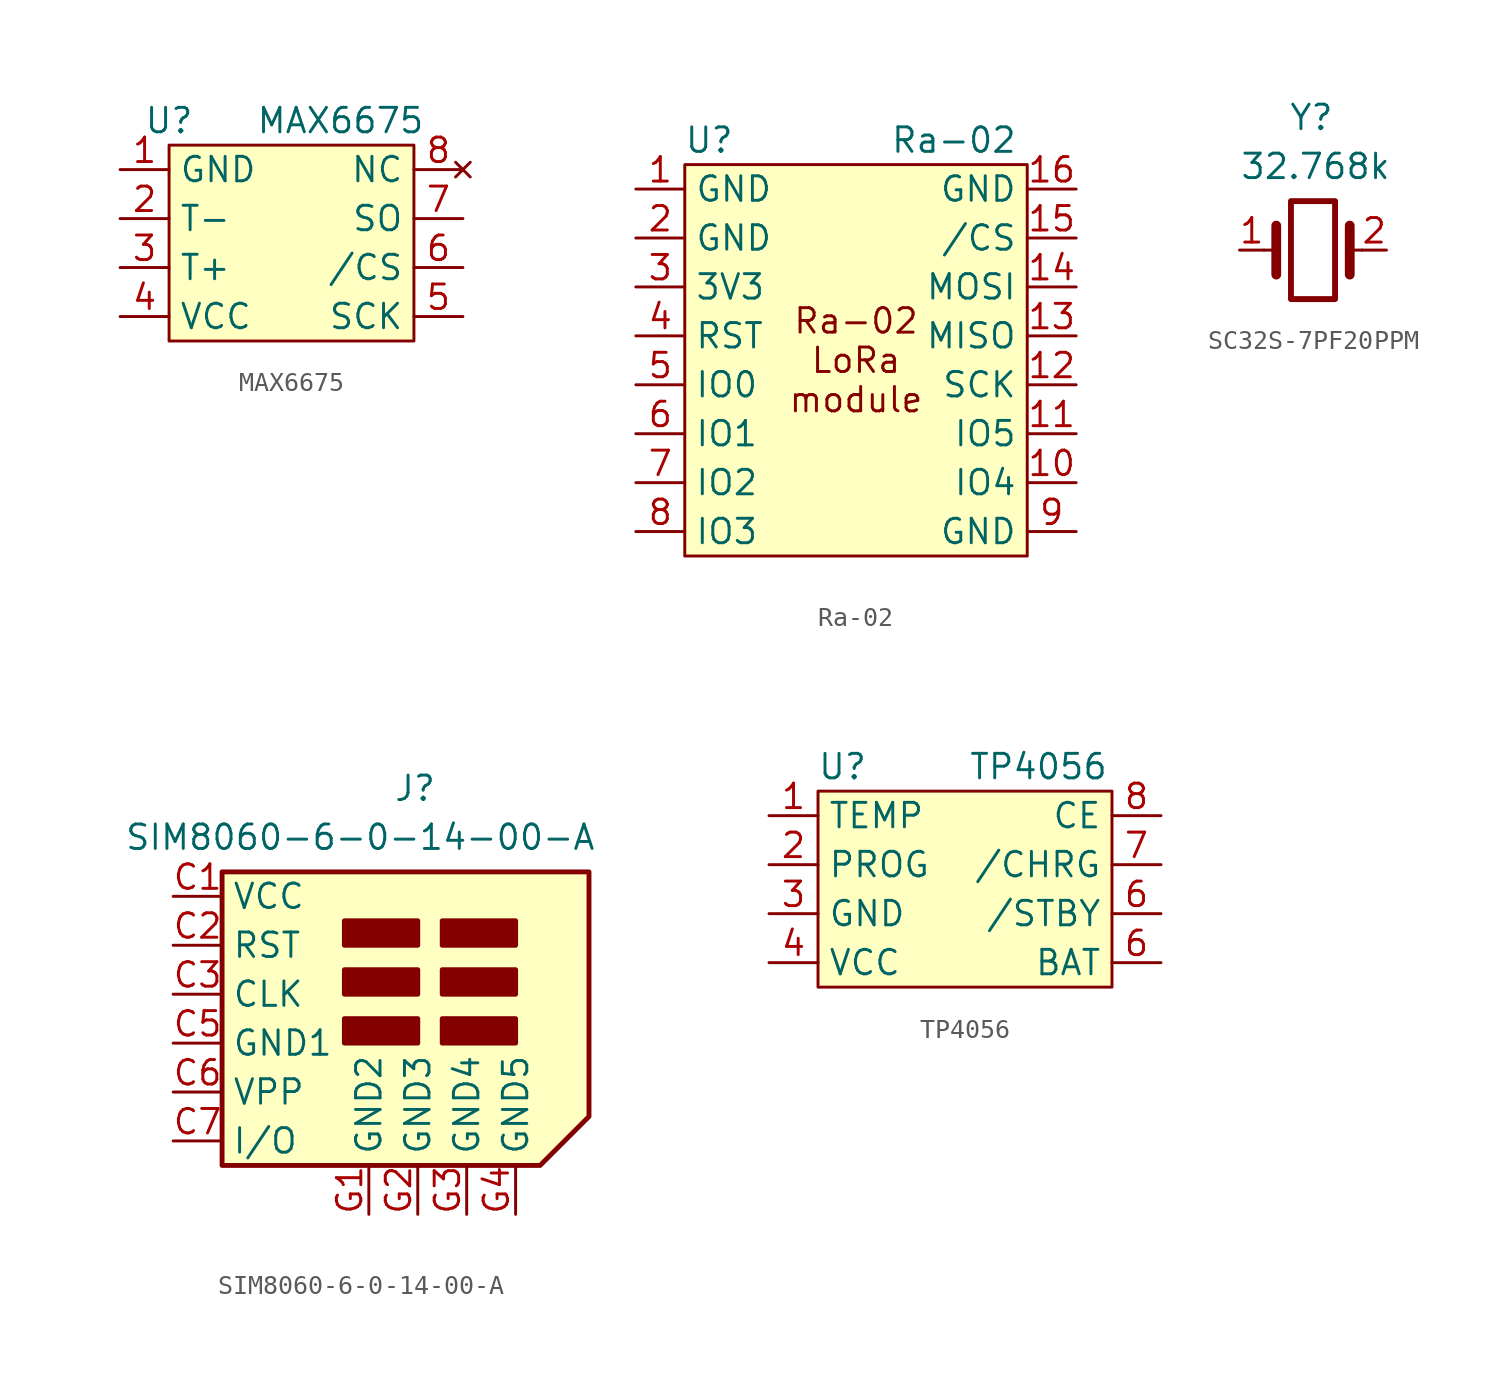
<source format=kicad_sym>
(kicad_symbol_lib
  (version 20220914)
  (generator kicad_symbol_editor)
  (symbol "MAX6675"
    (property "Reference" "U"
      (at -6.35 6.35 0)
      (effects (font (size 1.27 1.27))))
    (property "Value" "MAX6675"
      (at 2.54 6.35 0)
      (effects (font (size 1.27 1.27))))
    (symbol "MAX6675_1_1"
      (rectangle (start -6.35 5.08) (end 6.35 -5.08) (stroke (width 0) (type default)) (fill (type background)))
      (pin power_in line (at -8.89 3.81 0) (length 2.54) (name "GND" (effects (font (size 1.27 1.27)))) (number "1" (effects (font (size 1.27 1.27)))))
      (pin input line (at -8.89 1.27 0) (length 2.54) (name "T-" (effects (font (size 1.27 1.27)))) (number "2" (effects (font (size 1.27 1.27)))))
      (pin input line (at -8.89 -1.27 0) (length 2.54) (name "T+" (effects (font (size 1.27 1.27)))) (number "3" (effects (font (size 1.27 1.27)))))
      (pin power_in line (at -8.89 -3.81 0) (length 2.54) (name "VCC" (effects (font (size 1.27 1.27)))) (number "4" (effects (font (size 1.27 1.27)))))
      (pin input line (at 8.89 -3.81 180) (length 2.54) (name "SCK" (effects (font (size 1.27 1.27)))) (number "5" (effects (font (size 1.27 1.27)))))
      (pin input line (at 8.89 -1.27 180) (length 2.54) (name "/CS" (effects (font (size 1.27 1.27)))) (number "6" (effects (font (size 1.27 1.27)))))
      (pin output line (at 8.89 1.27 180) (length 2.54) (name "SO" (effects (font (size 1.27 1.27)))) (number "7" (effects (font (size 1.27 1.27)))))
      (pin no_connect line (at 8.89 3.81 180) (length 2.54) (name "NC" (effects (font (size 1.27 1.27)))) (number "8" (effects (font (size 1.27 1.27)))))))
  (symbol "Ra-02"
    (property "Reference" "U"
      (at -7.62 11.43 0)
      (effects (font (size 1.27 1.27))))
    (property "Value" "Ra-02"
      (at 5.08 11.43 0)
      (effects (font (size 1.27 1.27))))
    (symbol "Ra-02_1_1"
      (rectangle (start -8.89 10.16) (end 8.89 -10.16) (stroke (width 0) (type default)) (fill (type background)))
      (text "Ra-02\nLoRa\nmodule" (at 0 0 0) (effects (font (size 1.27 1.27))))
      (pin power_in line (at -11.43 8.89 0) (length 2.54) (name "GND" (effects (font (size 1.27 1.27)))) (number "1" (effects (font (size 1.27 1.27)))))
      (pin bidirectional line (at 11.43 -6.35 180) (length 2.54) (name "IO4" (effects (font (size 1.27 1.27)))) (number "10" (effects (font (size 1.27 1.27)))))
      (pin bidirectional line (at 11.43 -3.81 180) (length 2.54) (name "IO5" (effects (font (size 1.27 1.27)))) (number "11" (effects (font (size 1.27 1.27)))))
      (pin input line (at 11.43 -1.27 180) (length 2.54) (name "SCK" (effects (font (size 1.27 1.27)))) (number "12" (effects (font (size 1.27 1.27)))))
      (pin output line (at 11.43 1.27 180) (length 2.54) (name "MISO" (effects (font (size 1.27 1.27)))) (number "13" (effects (font (size 1.27 1.27)))))
      (pin input line (at 11.43 3.81 180) (length 2.54) (name "MOSI" (effects (font (size 1.27 1.27)))) (number "14" (effects (font (size 1.27 1.27)))))
      (pin input line (at 11.43 6.35 180) (length 2.54) (name "/CS" (effects (font (size 1.27 1.27)))) (number "15" (effects (font (size 1.27 1.27)))))
      (pin power_in line (at 11.43 8.89 180) (length 2.54) (name "GND" (effects (font (size 1.27 1.27)))) (number "16" (effects (font (size 1.27 1.27)))))
      (pin power_in line (at -11.43 6.35 0) (length 2.54) (name "GND" (effects (font (size 1.27 1.27)))) (number "2" (effects (font (size 1.27 1.27)))))
      (pin power_in line (at -11.43 3.81 0) (length 2.54) (name "3V3" (effects (font (size 1.27 1.27)))) (number "3" (effects (font (size 1.27 1.27)))))
      (pin input line (at -11.43 1.27 0) (length 2.54) (name "RST" (effects (font (size 1.27 1.27)))) (number "4" (effects (font (size 1.27 1.27)))))
      (pin bidirectional line (at -11.43 -1.27 0) (length 2.54) (name "IO0" (effects (font (size 1.27 1.27)))) (number "5" (effects (font (size 1.27 1.27)))))
      (pin bidirectional line (at -11.43 -3.81 0) (length 2.54) (name "IO1" (effects (font (size 1.27 1.27)))) (number "6" (effects (font (size 1.27 1.27)))))
      (pin bidirectional line (at -11.43 -6.35 0) (length 2.54) (name "IO2" (effects (font (size 1.27 1.27)))) (number "7" (effects (font (size 1.27 1.27)))))
      (pin bidirectional line (at -11.43 -8.89 0) (length 2.54) (name "IO3" (effects (font (size 1.27 1.27)))) (number "8" (effects (font (size 1.27 1.27)))))
      (pin power_in line (at 11.43 -8.89 180) (length 2.54) (name "GND" (effects (font (size 1.27 1.27)))) (number "9" (effects (font (size 1.27 1.27)))))))
  (symbol "SC32S-7PF20PPM"
    (pin_names hide)
    (property "Reference" "Y"
      (at -1.27 7.62 0)
      (effects (font (size 1.27 1.27)) (justify left top)))
    (property "Value" "32.768k"
      (at -3.81 5.08 0)
      (effects (font (size 1.27 1.27)) (justify left top)))
    (symbol "SC32S-7PF20PPM_0_1"
      (rectangle (start -1.143 2.54) (end 1.143 -2.54) (stroke (width 0.305) (type default)) (fill (type none)))
      (polyline (pts (xy -2.54 0) (xy -1.905 0)) (stroke (width 0) (type default)) (fill (type none)))
      (polyline (pts (xy -1.905 -1.27) (xy -1.905 1.27)) (stroke (width 0.508) (type default)) (fill (type none)))
      (polyline (pts (xy 1.905 -1.27) (xy 1.905 1.27)) (stroke (width 0.508) (type default)) (fill (type none)))
      (polyline (pts (xy 2.54 0) (xy 1.905 0)) (stroke (width 0) (type default)) (fill (type none))))
    (symbol "SC32S-7PF20PPM_1_1"
      (pin passive line (at -3.81 0 0) (length 1.27) (name "1" (effects (font (size 1.27 1.27)))) (number "1" (effects (font (size 1.27 1.27)))))
      (pin passive line (at 3.81 0 180) (length 1.27) (name "2" (effects (font (size 1.27 1.27)))) (number "2" (effects (font (size 1.27 1.27)))))))
  (symbol "SIM8060-6-0-14-00-A"
    (property "Reference" "J"
      (at -1.27 11.43 0)
      (effects (font (size 1.27 1.27)) (justify left top)))
    (property "Value" "SIM8060-6-0-14-00-A"
      (at -15.24 8.89 0)
      (effects (font (size 1.27 1.27)) (justify left top)))
    (symbol "SIM8060-6-0-14-00-A_0_1"
      (rectangle (start -3.81 -2.54) (end 0 -1.27) (stroke (width 0.254) (type default)) (fill (type outline)))
      (rectangle (start -3.81 0) (end 0 1.27) (stroke (width 0.254) (type default)) (fill (type outline)))
      (rectangle (start -3.81 3.81) (end 0 2.54) (stroke (width 0.254) (type default)) (fill (type outline)))
      (polyline (pts (xy -10.16 6.35) (xy 8.89 6.35) (xy 8.89 -6.35) (xy 6.35 -8.89) (xy -10.16 -8.89) (xy -10.16 6.35)) (stroke (width 0.254) (type default)) (fill (type background)))
      (rectangle (start 1.27 -1.27) (end 5.08 -2.54) (stroke (width 0.254) (type default)) (fill (type outline)))
      (rectangle (start 1.27 0) (end 5.08 1.27) (stroke (width 0.254) (type default)) (fill (type outline)))
      (rectangle (start 1.27 2.54) (end 5.08 3.81) (stroke (width 0.254) (type default)) (fill (type outline))))
    (symbol "SIM8060-6-0-14-00-A_1_1"
      (pin power_in line (at -12.7 5.08 0) (length 2.54) (name "VCC" (effects (font (size 1.27 1.27)))) (number "C1" (effects (font (size 1.27 1.27)))))
      (pin input line (at -12.7 2.54 0) (length 2.54) (name "RST" (effects (font (size 1.27 1.27)))) (number "C2" (effects (font (size 1.27 1.27)))))
      (pin input line (at -12.7 0 0) (length 2.54) (name "CLK" (effects (font (size 1.27 1.27)))) (number "C3" (effects (font (size 1.27 1.27)))))
      (pin power_in line (at -12.7 -2.54 0) (length 2.54) (name "GND1" (effects (font (size 1.27 1.27)))) (number "C5" (effects (font (size 1.27 1.27)))))
      (pin input line (at -12.7 -5.08 0) (length 2.54) (name "VPP" (effects (font (size 1.27 1.27)))) (number "C6" (effects (font (size 1.27 1.27)))))
      (pin bidirectional line (at -12.7 -7.62 0) (length 2.54) (name "I/O" (effects (font (size 1.27 1.27)))) (number "C7" (effects (font (size 1.27 1.27)))))
      (pin power_in line (at -2.54 -11.43 90) (length 2.54) (name "GND2" (effects (font (size 1.27 1.27)))) (number "G1" (effects (font (size 1.27 1.27)))))
      (pin power_in line (at 0 -11.43 90) (length 2.54) (name "GND3" (effects (font (size 1.27 1.27)))) (number "G2" (effects (font (size 1.27 1.27)))))
      (pin power_in line (at 2.54 -11.43 90) (length 2.54) (name "GND4" (effects (font (size 1.27 1.27)))) (number "G3" (effects (font (size 1.27 1.27)))))
      (pin power_in line (at 5.08 -11.43 90) (length 2.54) (name "GND5" (effects (font (size 1.27 1.27)))) (number "G4" (effects (font (size 1.27 1.27)))))))
  (symbol "TP4056"
    (property "Reference" "U"
      (at -6.35 5.08 0)
      (effects (font (size 1.27 1.27))))
    (property "Value" "TP4056"
      (at 3.81 5.08 0)
      (effects (font (size 1.27 1.27))))
    (symbol "TP4056_1_1"
      (rectangle (start -7.62 3.81) (end 7.62 -6.35) (stroke (width 0) (type default)) (fill (type background)))
      (pin input line (at -10.16 2.54 0) (length 2.54) (name "TEMP" (effects (font (size 1.27 1.27)))) (number "1" (effects (font (size 1.27 1.27)))))
      (pin input line (at -10.16 0 0) (length 2.54) (name "PROG" (effects (font (size 1.27 1.27)))) (number "2" (effects (font (size 1.27 1.27)))))
      (pin power_in line (at -10.16 -2.54 0) (length 2.54) (name "GND" (effects (font (size 1.27 1.27)))) (number "3" (effects (font (size 1.27 1.27)))))
      (pin power_in line (at -10.16 -5.08 0) (length 2.54) (name "VCC" (effects (font (size 1.27 1.27)))) (number "4" (effects (font (size 1.27 1.27)))))
      (pin output line (at 10.16 -2.54 180) (length 2.54) (name "/STBY" (effects (font (size 1.27 1.27)))) (number "6" (effects (font (size 1.27 1.27)))))
      (pin power_in line (at 10.16 -5.08 180) (length 2.54) (name "BAT" (effects (font (size 1.27 1.27)))) (number "6" (effects (font (size 1.27 1.27)))))
      (pin output line (at 10.16 0 180) (length 2.54) (name "/CHRG" (effects (font (size 1.27 1.27)))) (number "7" (effects (font (size 1.27 1.27)))))
      (pin input line (at 10.16 2.54 180) (length 2.54) (name "CE" (effects (font (size 1.27 1.27)))) (number "8" (effects (font (size 1.27 1.27))))))))
</source>
